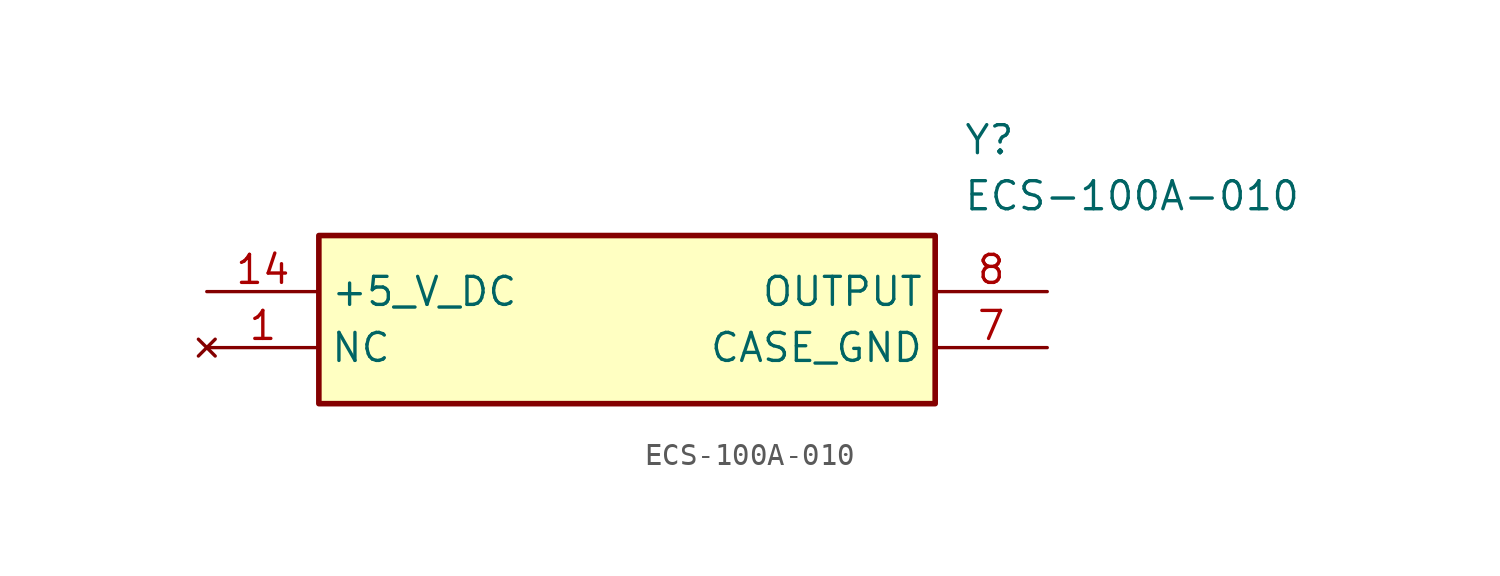
<source format=kicad_sym>
(kicad_symbol_lib
  (version 20211014)
  (generator SamacSys_ECAD_Model)
  (symbol "ECS-100A-010"
    (property "Reference" "Y"
      (at 34.29 7.62 0)
      (effects (font (size 1.27 1.27)) (justify left top)))
    (property "Value" "ECS-100A-010"
      (at 34.29 5.08 0)
      (effects (font (size 1.27 1.27)) (justify left top)))
    (rectangle
      (start 5.08 2.54)
      (end 33.02 -5.08)
      (stroke (width 0.254) (type default))
      (fill (type background)))
    (pin no_connect line
      (at 0 -2.54 0)
      (length 5.08)
      (name "NC" (effects (font (size 1.27 1.27))))
      (number "1" (effects (font (size 1.27 1.27)))))
    (pin passive line
      (at 38.1 -2.54 180)
      (length 5.08)
      (name "CASE_GND" (effects (font (size 1.27 1.27))))
      (number "7" (effects (font (size 1.27 1.27)))))
    (pin passive line
      (at 38.1 0 180)
      (length 5.08)
      (name "OUTPUT" (effects (font (size 1.27 1.27))))
      (number "8" (effects (font (size 1.27 1.27)))))
    (pin passive line
      (at 0 0 0)
      (length 5.08)
      (name "+5_V_DC" (effects (font (size 1.27 1.27))))
      (number "14" (effects (font (size 1.27 1.27)))))))
</source>
